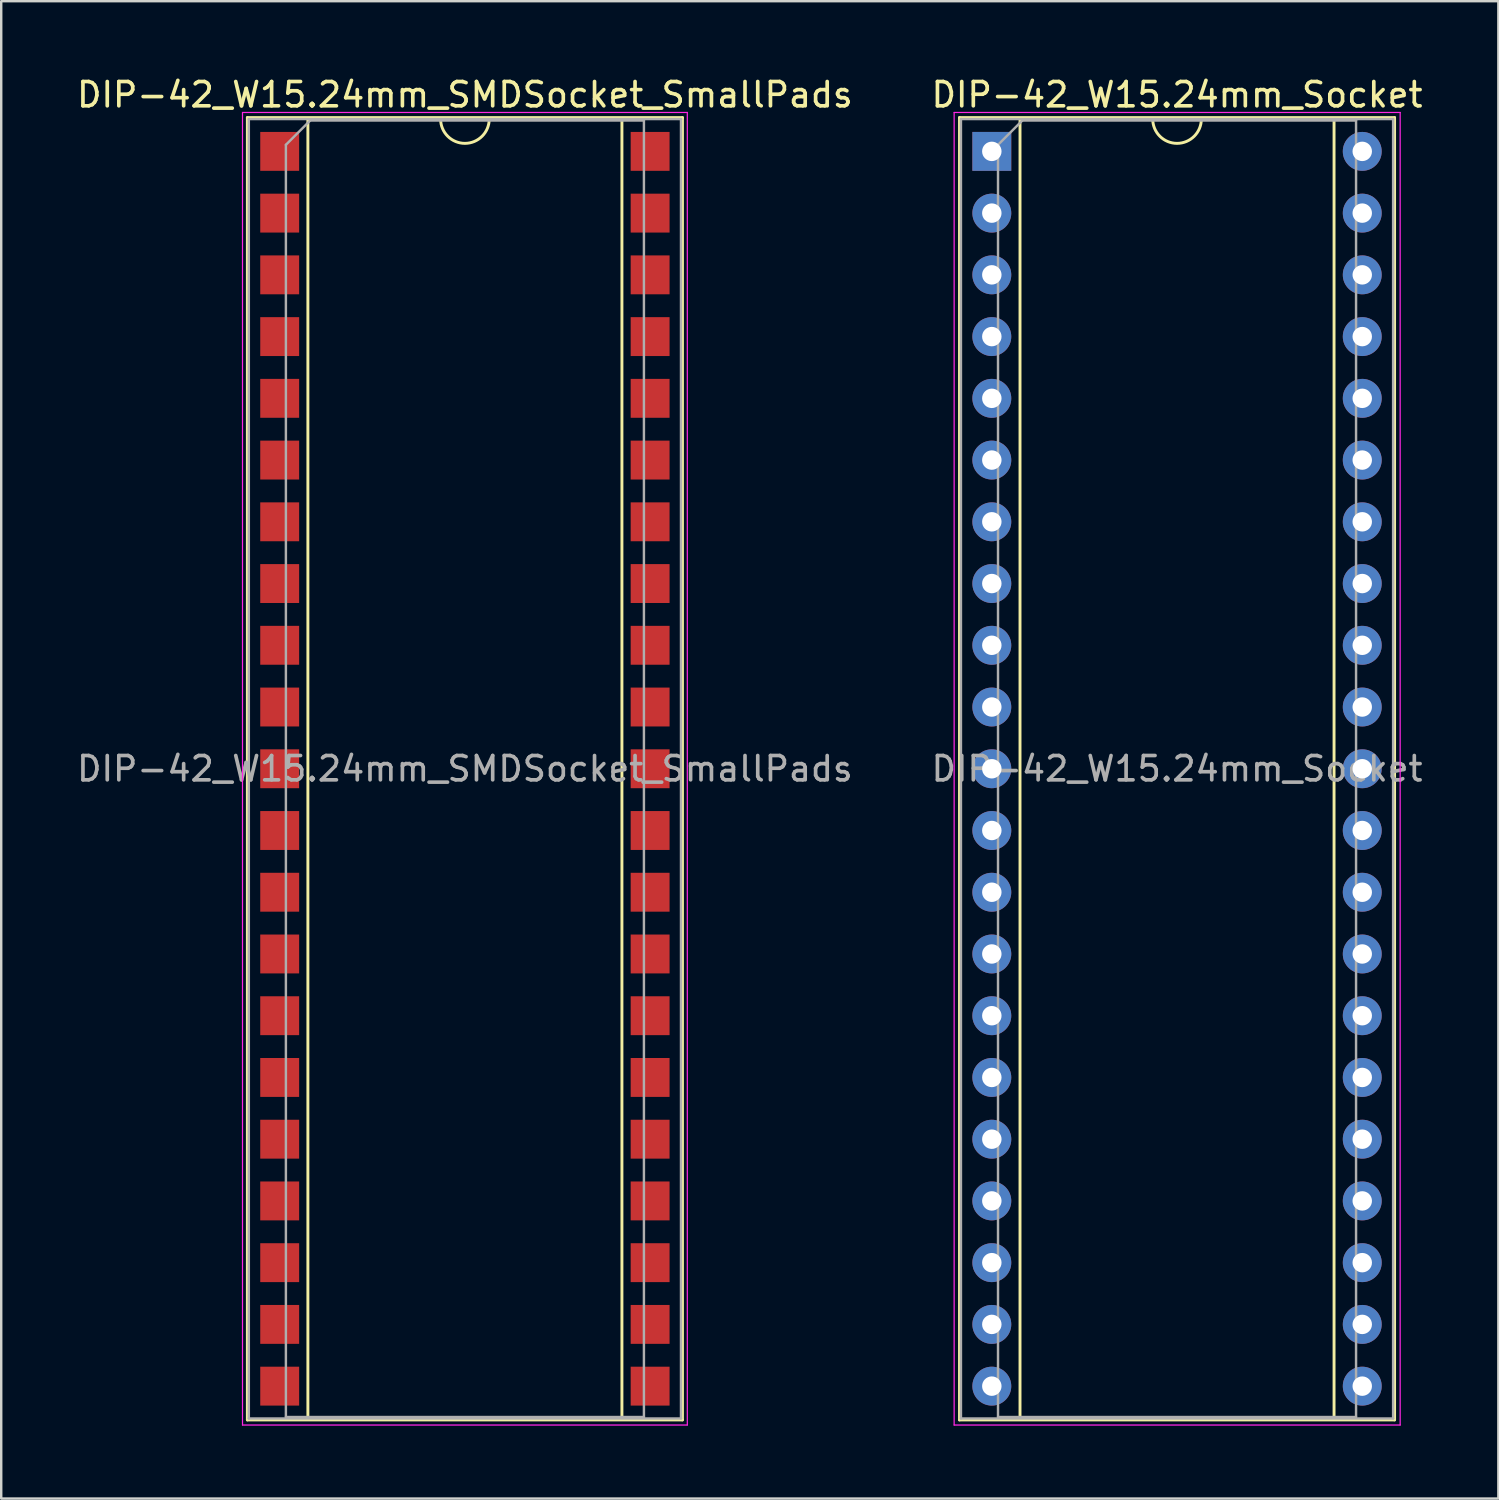
<source format=kicad_pcb>
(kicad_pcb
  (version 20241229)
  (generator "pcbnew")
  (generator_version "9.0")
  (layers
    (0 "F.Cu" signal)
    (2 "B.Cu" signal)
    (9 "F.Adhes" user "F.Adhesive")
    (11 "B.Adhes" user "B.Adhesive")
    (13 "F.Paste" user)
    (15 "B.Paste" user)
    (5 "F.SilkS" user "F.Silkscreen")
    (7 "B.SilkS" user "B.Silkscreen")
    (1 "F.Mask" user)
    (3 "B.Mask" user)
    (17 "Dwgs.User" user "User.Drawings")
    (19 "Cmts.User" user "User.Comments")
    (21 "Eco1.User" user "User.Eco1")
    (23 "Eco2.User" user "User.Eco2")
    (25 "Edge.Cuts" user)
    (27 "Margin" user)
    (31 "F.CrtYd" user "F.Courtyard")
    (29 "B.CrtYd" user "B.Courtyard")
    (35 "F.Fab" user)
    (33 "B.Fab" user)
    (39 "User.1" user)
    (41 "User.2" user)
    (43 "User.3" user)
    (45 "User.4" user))
  (footprint "DIP-42_W15.24mm_SMDSocket_SmallPads"
    (layer "F.Cu")
    (at 16.077 28.578)
    (property "Reference" "DIP-42_W15.24mm_SMDSocket_SmallPads" (at 0 -27.73 0) (layer "F.SilkS") (effects (font (size 1 1) (thickness 0.15))))
    (attr smd)
    (fp_line (start -8.95 -26.79) (end -8.95 26.79) (stroke (width 0.12) (type solid)) (layer "F.SilkS"))
    (fp_line (start -8.95 26.79) (end 8.95 26.79) (stroke (width 0.12) (type solid)) (layer "F.SilkS"))
    (fp_line (start -6.46 -26.73) (end -6.46 26.73) (stroke (width 0.12) (type solid)) (layer "F.SilkS"))
    (fp_line (start -6.46 26.73) (end 6.46 26.73) (stroke (width 0.12) (type solid)) (layer "F.SilkS"))
    (fp_line (start -1 -26.73) (end -6.46 -26.73) (stroke (width 0.12) (type solid)) (layer "F.SilkS"))
    (fp_line (start 6.46 -26.73) (end 1 -26.73) (stroke (width 0.12) (type solid)) (layer "F.SilkS"))
    (fp_line (start 6.46 26.73) (end 6.46 -26.73) (stroke (width 0.12) (type solid)) (layer "F.SilkS"))
    (fp_line (start 8.95 -26.79) (end -8.95 -26.79) (stroke (width 0.12) (type solid)) (layer "F.SilkS"))
    (fp_line (start 8.95 26.79) (end 8.95 -26.79) (stroke (width 0.12) (type solid)) (layer "F.SilkS"))
    (fp_arc (start 1 -26.73) (mid 0 -25.73) (end -1 -26.73) (stroke (width 0.12) (type solid)) (layer "F.SilkS"))
    (fp_line (start -9.15 -27) (end -9.15 27) (stroke (width 0.05) (type solid)) (layer "F.CrtYd"))
    (fp_line (start -9.15 27) (end 9.15 27) (stroke (width 0.05) (type solid)) (layer "F.CrtYd"))
    (fp_line (start 9.15 -27) (end -9.15 -27) (stroke (width 0.05) (type solid)) (layer "F.CrtYd"))
    (fp_line (start 9.15 27) (end 9.15 -27) (stroke (width 0.05) (type solid)) (layer "F.CrtYd"))
    (fp_line (start -8.89 -26.73) (end -8.89 26.73) (stroke (width 0.1) (type solid)) (layer "F.Fab"))
    (fp_line (start -8.89 26.73) (end 8.89 26.73) (stroke (width 0.1) (type solid)) (layer "F.Fab"))
    (fp_line (start -7.365 -25.67) (end -6.365 -26.67) (stroke (width 0.1) (type solid)) (layer "F.Fab"))
    (fp_line (start -7.365 26.67) (end -7.365 -25.67) (stroke (width 0.1) (type solid)) (layer "F.Fab"))
    (fp_line (start -6.365 -26.67) (end 7.365 -26.67) (stroke (width 0.1) (type solid)) (layer "F.Fab"))
    (fp_line (start 7.365 -26.67) (end 7.365 26.67) (stroke (width 0.1) (type solid)) (layer "F.Fab"))
    (fp_line (start 7.365 26.67) (end -7.365 26.67) (stroke (width 0.1) (type solid)) (layer "F.Fab"))
    (fp_line (start 8.89 -26.73) (end -8.89 -26.73) (stroke (width 0.1) (type solid)) (layer "F.Fab"))
    (fp_line (start 8.89 26.73) (end 8.89 -26.73) (stroke (width 0.1) (type solid)) (layer "F.Fab"))
    (fp_text user "${REFERENCE}" (at 0 0 0) (layer "F.Fab") (effects (font (size 1 1) (thickness 0.15))))
    (pad "1" smd rect (at -7.62 -25.4) (size 1.6 1.6) (layers "F.Cu" "F.Mask" "F.Paste"))
    (pad "2" smd rect (at -7.62 -22.86) (size 1.6 1.6) (layers "F.Cu" "F.Mask" "F.Paste"))
    (pad "3" smd rect (at -7.62 -20.32) (size 1.6 1.6) (layers "F.Cu" "F.Mask" "F.Paste"))
    (pad "4" smd rect (at -7.62 -17.78) (size 1.6 1.6) (layers "F.Cu" "F.Mask" "F.Paste"))
    (pad "5" smd rect (at -7.62 -15.24) (size 1.6 1.6) (layers "F.Cu" "F.Mask" "F.Paste"))
    (pad "6" smd rect (at -7.62 -12.7) (size 1.6 1.6) (layers "F.Cu" "F.Mask" "F.Paste"))
    (pad "7" smd rect (at -7.62 -10.16) (size 1.6 1.6) (layers "F.Cu" "F.Mask" "F.Paste"))
    (pad "8" smd rect (at -7.62 -7.62) (size 1.6 1.6) (layers "F.Cu" "F.Mask" "F.Paste"))
    (pad "9" smd rect (at -7.62 -5.08) (size 1.6 1.6) (layers "F.Cu" "F.Mask" "F.Paste"))
    (pad "10" smd rect (at -7.62 -2.54) (size 1.6 1.6) (layers "F.Cu" "F.Mask" "F.Paste"))
    (pad "11" smd rect (at -7.62 0) (size 1.6 1.6) (layers "F.Cu" "F.Mask" "F.Paste"))
    (pad "12" smd rect (at -7.62 2.54) (size 1.6 1.6) (layers "F.Cu" "F.Mask" "F.Paste"))
    (pad "13" smd rect (at -7.62 5.08) (size 1.6 1.6) (layers "F.Cu" "F.Mask" "F.Paste"))
    (pad "14" smd rect (at -7.62 7.62) (size 1.6 1.6) (layers "F.Cu" "F.Mask" "F.Paste"))
    (pad "15" smd rect (at -7.62 10.16) (size 1.6 1.6) (layers "F.Cu" "F.Mask" "F.Paste"))
    (pad "16" smd rect (at -7.62 12.7) (size 1.6 1.6) (layers "F.Cu" "F.Mask" "F.Paste"))
    (pad "17" smd rect (at -7.62 15.24) (size 1.6 1.6) (layers "F.Cu" "F.Mask" "F.Paste"))
    (pad "18" smd rect (at -7.62 17.78) (size 1.6 1.6) (layers "F.Cu" "F.Mask" "F.Paste"))
    (pad "19" smd rect (at -7.62 20.32) (size 1.6 1.6) (layers "F.Cu" "F.Mask" "F.Paste"))
    (pad "20" smd rect (at -7.62 22.86) (size 1.6 1.6) (layers "F.Cu" "F.Mask" "F.Paste"))
    (pad "21" smd rect (at -7.62 25.4) (size 1.6 1.6) (layers "F.Cu" "F.Mask" "F.Paste"))
    (pad "22" smd rect (at 7.62 25.4) (size 1.6 1.6) (layers "F.Cu" "F.Mask" "F.Paste"))
    (pad "23" smd rect (at 7.62 22.86) (size 1.6 1.6) (layers "F.Cu" "F.Mask" "F.Paste"))
    (pad "24" smd rect (at 7.62 20.32) (size 1.6 1.6) (layers "F.Cu" "F.Mask" "F.Paste"))
    (pad "25" smd rect (at 7.62 17.78) (size 1.6 1.6) (layers "F.Cu" "F.Mask" "F.Paste"))
    (pad "26" smd rect (at 7.62 15.24) (size 1.6 1.6) (layers "F.Cu" "F.Mask" "F.Paste"))
    (pad "27" smd rect (at 7.62 12.7) (size 1.6 1.6) (layers "F.Cu" "F.Mask" "F.Paste"))
    (pad "28" smd rect (at 7.62 10.16) (size 1.6 1.6) (layers "F.Cu" "F.Mask" "F.Paste"))
    (pad "29" smd rect (at 7.62 7.62) (size 1.6 1.6) (layers "F.Cu" "F.Mask" "F.Paste"))
    (pad "30" smd rect (at 7.62 5.08) (size 1.6 1.6) (layers "F.Cu" "F.Mask" "F.Paste"))
    (pad "31" smd rect (at 7.62 2.54) (size 1.6 1.6) (layers "F.Cu" "F.Mask" "F.Paste"))
    (pad "32" smd rect (at 7.62 0) (size 1.6 1.6) (layers "F.Cu" "F.Mask" "F.Paste"))
    (pad "33" smd rect (at 7.62 -2.54) (size 1.6 1.6) (layers "F.Cu" "F.Mask" "F.Paste"))
    (pad "34" smd rect (at 7.62 -5.08) (size 1.6 1.6) (layers "F.Cu" "F.Mask" "F.Paste"))
    (pad "35" smd rect (at 7.62 -7.62) (size 1.6 1.6) (layers "F.Cu" "F.Mask" "F.Paste"))
    (pad "36" smd rect (at 7.62 -10.16) (size 1.6 1.6) (layers "F.Cu" "F.Mask" "F.Paste"))
    (pad "37" smd rect (at 7.62 -12.7) (size 1.6 1.6) (layers "F.Cu" "F.Mask" "F.Paste"))
    (pad "38" smd rect (at 7.62 -15.24) (size 1.6 1.6) (layers "F.Cu" "F.Mask" "F.Paste"))
    (pad "39" smd rect (at 7.62 -17.78) (size 1.6 1.6) (layers "F.Cu" "F.Mask" "F.Paste"))
    (pad "40" smd rect (at 7.62 -20.32) (size 1.6 1.6) (layers "F.Cu" "F.Mask" "F.Paste"))
    (pad "41" smd rect (at 7.62 -22.86) (size 1.6 1.6) (layers "F.Cu" "F.Mask" "F.Paste"))
    (pad "42" smd rect (at 7.62 -25.4) (size 1.6 1.6) (layers "F.Cu" "F.Mask" "F.Paste")))
  (footprint "DIP-42_W15.24mm_Socket"
    (layer "F.Cu")
    (at 37.755 3.178)
    (property "Reference" "DIP-42_W15.24mm_Socket" (at 7.62 -2.33 0) (layer "F.SilkS") (effects (font (size 1 1) (thickness 0.15))))
    (attr through_hole)
    (fp_line (start -1.33 -1.39) (end -1.33 52.19) (stroke (width 0.12) (type solid)) (layer "F.SilkS"))
    (fp_line (start -1.33 52.19) (end 16.57 52.19) (stroke (width 0.12) (type solid)) (layer "F.SilkS"))
    (fp_line (start 1.16 -1.33) (end 1.16 52.13) (stroke (width 0.12) (type solid)) (layer "F.SilkS"))
    (fp_line (start 1.16 52.13) (end 14.08 52.13) (stroke (width 0.12) (type solid)) (layer "F.SilkS"))
    (fp_line (start 6.62 -1.33) (end 1.16 -1.33) (stroke (width 0.12) (type solid)) (layer "F.SilkS"))
    (fp_line (start 14.08 -1.33) (end 8.62 -1.33) (stroke (width 0.12) (type solid)) (layer "F.SilkS"))
    (fp_line (start 14.08 52.13) (end 14.08 -1.33) (stroke (width 0.12) (type solid)) (layer "F.SilkS"))
    (fp_line (start 16.57 -1.39) (end -1.33 -1.39) (stroke (width 0.12) (type solid)) (layer "F.SilkS"))
    (fp_line (start 16.57 52.19) (end 16.57 -1.39) (stroke (width 0.12) (type solid)) (layer "F.SilkS"))
    (fp_arc (start 8.62 -1.33) (mid 7.62 -0.33) (end 6.62 -1.33) (stroke (width 0.12) (type solid)) (layer "F.SilkS"))
    (fp_line (start -1.55 -1.6) (end -1.55 52.4) (stroke (width 0.05) (type solid)) (layer "F.CrtYd"))
    (fp_line (start -1.55 52.4) (end 16.8 52.4) (stroke (width 0.05) (type solid)) (layer "F.CrtYd"))
    (fp_line (start 16.8 -1.6) (end -1.55 -1.6) (stroke (width 0.05) (type solid)) (layer "F.CrtYd"))
    (fp_line (start 16.8 52.4) (end 16.8 -1.6) (stroke (width 0.05) (type solid)) (layer "F.CrtYd"))
    (fp_line (start -1.27 -1.33) (end -1.27 52.13) (stroke (width 0.1) (type solid)) (layer "F.Fab"))
    (fp_line (start -1.27 52.13) (end 16.51 52.13) (stroke (width 0.1) (type solid)) (layer "F.Fab"))
    (fp_line (start 0.255 -0.27) (end 1.255 -1.27) (stroke (width 0.1) (type solid)) (layer "F.Fab"))
    (fp_line (start 0.255 52.07) (end 0.255 -0.27) (stroke (width 0.1) (type solid)) (layer "F.Fab"))
    (fp_line (start 1.255 -1.27) (end 14.985 -1.27) (stroke (width 0.1) (type solid)) (layer "F.Fab"))
    (fp_line (start 14.985 -1.27) (end 14.985 52.07) (stroke (width 0.1) (type solid)) (layer "F.Fab"))
    (fp_line (start 14.985 52.07) (end 0.255 52.07) (stroke (width 0.1) (type solid)) (layer "F.Fab"))
    (fp_line (start 16.51 -1.33) (end -1.27 -1.33) (stroke (width 0.1) (type solid)) (layer "F.Fab"))
    (fp_line (start 16.51 52.13) (end 16.51 -1.33) (stroke (width 0.1) (type solid)) (layer "F.Fab"))
    (fp_text user "${REFERENCE}" (at 7.62 25.4 0) (layer "F.Fab") (effects (font (size 1 1) (thickness 0.15))))
    (pad "1" thru_hole rect (at 0 0) (size 1.6 1.6) (drill 0.8) (layers "*.Cu" "*.Mask"))
    (pad "2" thru_hole oval (at 0 2.54) (size 1.6 1.6) (drill 0.8) (layers "*.Cu" "*.Mask"))
    (pad "3" thru_hole oval (at 0 5.08) (size 1.6 1.6) (drill 0.8) (layers "*.Cu" "*.Mask"))
    (pad "4" thru_hole oval (at 0 7.62) (size 1.6 1.6) (drill 0.8) (layers "*.Cu" "*.Mask"))
    (pad "5" thru_hole oval (at 0 10.16) (size 1.6 1.6) (drill 0.8) (layers "*.Cu" "*.Mask"))
    (pad "6" thru_hole oval (at 0 12.7) (size 1.6 1.6) (drill 0.8) (layers "*.Cu" "*.Mask"))
    (pad "7" thru_hole oval (at 0 15.24) (size 1.6 1.6) (drill 0.8) (layers "*.Cu" "*.Mask"))
    (pad "8" thru_hole oval (at 0 17.78) (size 1.6 1.6) (drill 0.8) (layers "*.Cu" "*.Mask"))
    (pad "9" thru_hole oval (at 0 20.32) (size 1.6 1.6) (drill 0.8) (layers "*.Cu" "*.Mask"))
    (pad "10" thru_hole oval (at 0 22.86) (size 1.6 1.6) (drill 0.8) (layers "*.Cu" "*.Mask"))
    (pad "11" thru_hole oval (at 0 25.4) (size 1.6 1.6) (drill 0.8) (layers "*.Cu" "*.Mask"))
    (pad "12" thru_hole oval (at 0 27.94) (size 1.6 1.6) (drill 0.8) (layers "*.Cu" "*.Mask"))
    (pad "13" thru_hole oval (at 0 30.48) (size 1.6 1.6) (drill 0.8) (layers "*.Cu" "*.Mask"))
    (pad "14" thru_hole oval (at 0 33.02) (size 1.6 1.6) (drill 0.8) (layers "*.Cu" "*.Mask"))
    (pad "15" thru_hole oval (at 0 35.56) (size 1.6 1.6) (drill 0.8) (layers "*.Cu" "*.Mask"))
    (pad "16" thru_hole oval (at 0 38.1) (size 1.6 1.6) (drill 0.8) (layers "*.Cu" "*.Mask"))
    (pad "17" thru_hole oval (at 0 40.64) (size 1.6 1.6) (drill 0.8) (layers "*.Cu" "*.Mask"))
    (pad "18" thru_hole oval (at 0 43.18) (size 1.6 1.6) (drill 0.8) (layers "*.Cu" "*.Mask"))
    (pad "19" thru_hole oval (at 0 45.72) (size 1.6 1.6) (drill 0.8) (layers "*.Cu" "*.Mask"))
    (pad "20" thru_hole oval (at 0 48.26) (size 1.6 1.6) (drill 0.8) (layers "*.Cu" "*.Mask"))
    (pad "21" thru_hole oval (at 0 50.8) (size 1.6 1.6) (drill 0.8) (layers "*.Cu" "*.Mask"))
    (pad "22" thru_hole oval (at 15.24 50.8) (size 1.6 1.6) (drill 0.8) (layers "*.Cu" "*.Mask"))
    (pad "23" thru_hole oval (at 15.24 48.26) (size 1.6 1.6) (drill 0.8) (layers "*.Cu" "*.Mask"))
    (pad "24" thru_hole oval (at 15.24 45.72) (size 1.6 1.6) (drill 0.8) (layers "*.Cu" "*.Mask"))
    (pad "25" thru_hole oval (at 15.24 43.18) (size 1.6 1.6) (drill 0.8) (layers "*.Cu" "*.Mask"))
    (pad "26" thru_hole oval (at 15.24 40.64) (size 1.6 1.6) (drill 0.8) (layers "*.Cu" "*.Mask"))
    (pad "27" thru_hole oval (at 15.24 38.1) (size 1.6 1.6) (drill 0.8) (layers "*.Cu" "*.Mask"))
    (pad "28" thru_hole oval (at 15.24 35.56) (size 1.6 1.6) (drill 0.8) (layers "*.Cu" "*.Mask"))
    (pad "29" thru_hole oval (at 15.24 33.02) (size 1.6 1.6) (drill 0.8) (layers "*.Cu" "*.Mask"))
    (pad "30" thru_hole oval (at 15.24 30.48) (size 1.6 1.6) (drill 0.8) (layers "*.Cu" "*.Mask"))
    (pad "31" thru_hole oval (at 15.24 27.94) (size 1.6 1.6) (drill 0.8) (layers "*.Cu" "*.Mask"))
    (pad "32" thru_hole oval (at 15.24 25.4) (size 1.6 1.6) (drill 0.8) (layers "*.Cu" "*.Mask"))
    (pad "33" thru_hole oval (at 15.24 22.86) (size 1.6 1.6) (drill 0.8) (layers "*.Cu" "*.Mask"))
    (pad "34" thru_hole oval (at 15.24 20.32) (size 1.6 1.6) (drill 0.8) (layers "*.Cu" "*.Mask"))
    (pad "35" thru_hole oval (at 15.24 17.78) (size 1.6 1.6) (drill 0.8) (layers "*.Cu" "*.Mask"))
    (pad "36" thru_hole oval (at 15.24 15.24) (size 1.6 1.6) (drill 0.8) (layers "*.Cu" "*.Mask"))
    (pad "37" thru_hole oval (at 15.24 12.7) (size 1.6 1.6) (drill 0.8) (layers "*.Cu" "*.Mask"))
    (pad "38" thru_hole oval (at 15.24 10.16) (size 1.6 1.6) (drill 0.8) (layers "*.Cu" "*.Mask"))
    (pad "39" thru_hole oval (at 15.24 7.62) (size 1.6 1.6) (drill 0.8) (layers "*.Cu" "*.Mask"))
    (pad "40" thru_hole oval (at 15.24 5.08) (size 1.6 1.6) (drill 0.8) (layers "*.Cu" "*.Mask"))
    (pad "41" thru_hole oval (at 15.24 2.54) (size 1.6 1.6) (drill 0.8) (layers "*.Cu" "*.Mask"))
    (pad "42" thru_hole oval (at 15.24 0) (size 1.6 1.6) (drill 0.8) (layers "*.Cu" "*.Mask")))
  (gr_rect
    (start -3 -3)
    (end 58.595 58.603)
    (stroke (width 0.1) (type default))
    (fill no)
    (layer "Edge.Cuts")))
</source>
